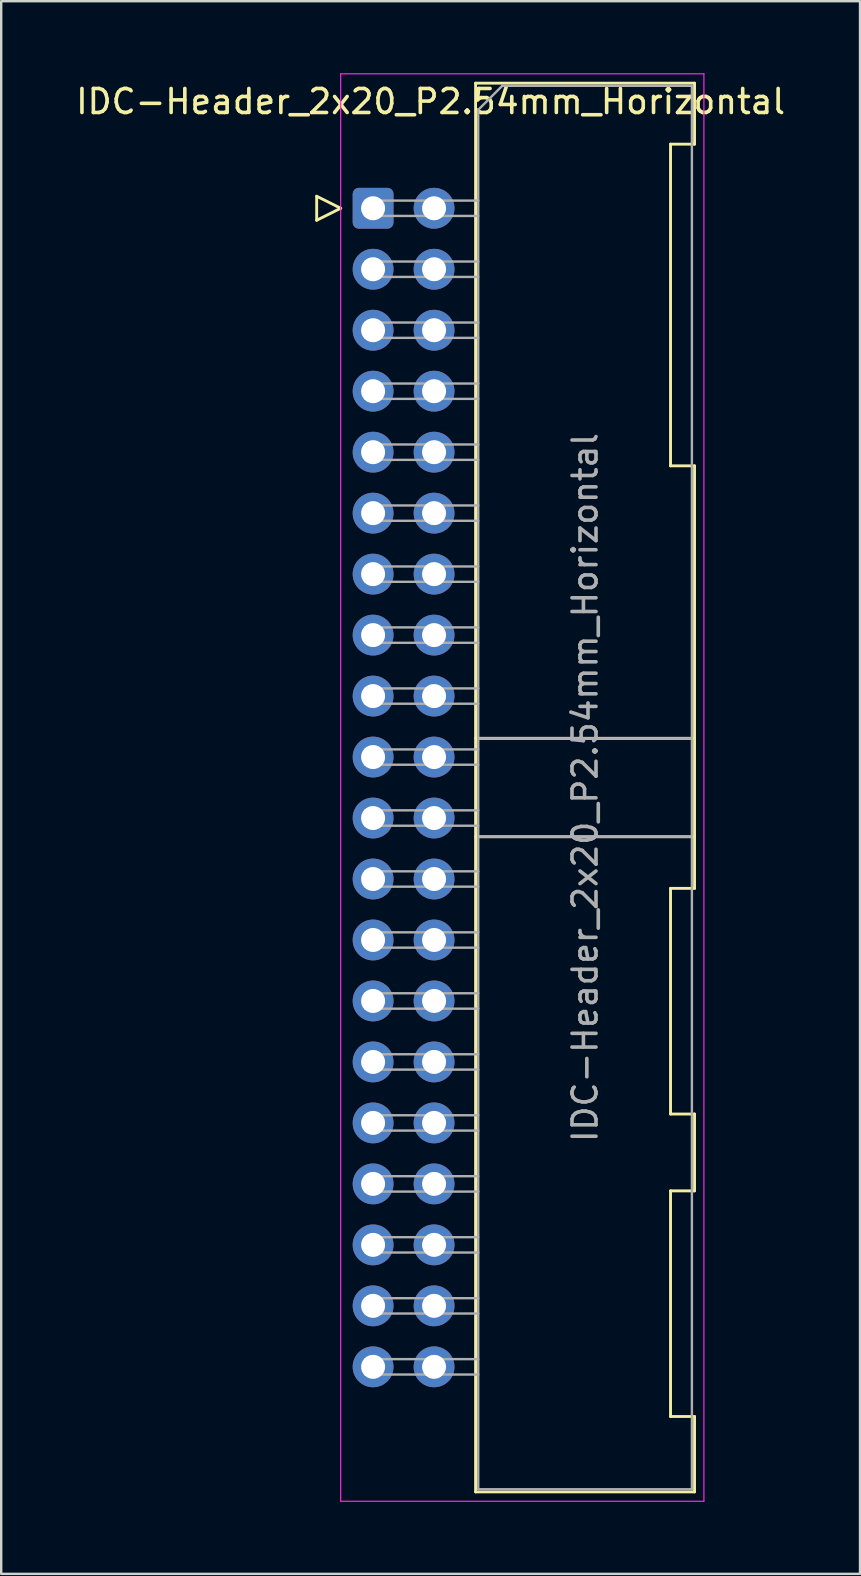
<source format=kicad_pcb>
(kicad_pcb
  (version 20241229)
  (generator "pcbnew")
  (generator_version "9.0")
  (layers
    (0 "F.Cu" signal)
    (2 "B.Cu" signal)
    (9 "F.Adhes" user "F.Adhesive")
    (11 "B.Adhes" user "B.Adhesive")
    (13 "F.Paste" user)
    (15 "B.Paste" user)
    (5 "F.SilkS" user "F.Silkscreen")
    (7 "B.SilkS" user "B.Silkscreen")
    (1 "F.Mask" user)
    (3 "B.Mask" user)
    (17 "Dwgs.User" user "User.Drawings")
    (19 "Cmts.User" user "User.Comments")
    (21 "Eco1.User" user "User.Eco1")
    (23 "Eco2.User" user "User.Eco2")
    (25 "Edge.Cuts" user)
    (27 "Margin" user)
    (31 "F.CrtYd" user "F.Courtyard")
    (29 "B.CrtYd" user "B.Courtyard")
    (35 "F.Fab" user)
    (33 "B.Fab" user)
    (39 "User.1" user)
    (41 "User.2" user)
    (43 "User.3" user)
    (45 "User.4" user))
  (footprint "IDC-Header_2x20_P2.54mm_Horizontal"
    (layer "F.Cu")
    (at 12.491 5.625)
    (property "Reference" "IDC-Header_2x20_P2.54mm_Horizontal" (at 2.396 -4.445 0) (layer "F.SilkS") (effects (font (size 1 1) (thickness 0.15))))
    (attr through_hole)
    (fp_line (start -2.35 -0.5) (end -2.35 0.5) (stroke (width 0.12) (type solid)) (layer "F.SilkS"))
    (fp_line (start -2.35 0.5) (end -1.35 0) (stroke (width 0.12) (type solid)) (layer "F.SilkS"))
    (fp_line (start -1.35 0) (end -2.35 -0.5) (stroke (width 0.12) (type solid)) (layer "F.SilkS"))
    (fp_line (start 4.27 -5.21) (end 13.39 -5.21) (stroke (width 0.12) (type solid)) (layer "F.SilkS"))
    (fp_line (start 4.27 22.08) (end 13.39 22.08) (stroke (width 0.12) (type solid)) (layer "F.SilkS"))
    (fp_line (start 4.27 26.18) (end 13.39 26.18) (stroke (width 0.12) (type solid)) (layer "F.SilkS"))
    (fp_line (start 4.27 53.47) (end 4.27 -5.21) (stroke (width 0.12) (type solid)) (layer "F.SilkS"))
    (fp_line (start 12.39 -2.67) (end 12.39 10.73) (stroke (width 0.12) (type solid)) (layer "F.SilkS"))
    (fp_line (start 12.39 10.73) (end 13.39 10.73) (stroke (width 0.12) (type solid)) (layer "F.SilkS"))
    (fp_line (start 12.39 37.73) (end 12.39 28.33) (stroke (width 0.12) (type solid)) (layer "F.SilkS"))
    (fp_line (start 12.39 50.33) (end 12.39 40.93) (stroke (width 0.12) (type solid)) (layer "F.SilkS"))
    (fp_line (start 13.39 -5.21) (end 13.39 -2.67) (stroke (width 0.12) (type solid)) (layer "F.SilkS"))
    (fp_line (start 13.39 -2.67) (end 12.39 -2.67) (stroke (width 0.12) (type solid)) (layer "F.SilkS"))
    (fp_line (start 13.39 28.33) (end 12.39 28.33) (stroke (width 0.12) (type solid)) (layer "F.SilkS"))
    (fp_line (start 13.39 28.33) (end 13.39 10.73) (stroke (width 0.12) (type solid)) (layer "F.SilkS"))
    (fp_line (start 13.39 37.73) (end 12.39 37.73) (stroke (width 0.12) (type solid)) (layer "F.SilkS"))
    (fp_line (start 13.39 37.73) (end 13.39 40.93) (stroke (width 0.12) (type solid)) (layer "F.SilkS"))
    (fp_line (start 13.39 40.93) (end 12.39 40.93) (stroke (width 0.12) (type solid)) (layer "F.SilkS"))
    (fp_line (start 13.39 50.33) (end 12.39 50.33) (stroke (width 0.12) (type solid)) (layer "F.SilkS"))
    (fp_line (start 13.39 50.33) (end 13.39 53.47) (stroke (width 0.12) (type solid)) (layer "F.SilkS"))
    (fp_line (start 13.39 53.47) (end 4.27 53.47) (stroke (width 0.12) (type solid)) (layer "F.SilkS"))
    (fp_line (start -1.35 -5.6) (end -1.35 53.86) (stroke (width 0.05) (type solid)) (layer "F.CrtYd"))
    (fp_line (start -1.35 53.86) (end 13.78 53.86) (stroke (width 0.05) (type solid)) (layer "F.CrtYd"))
    (fp_line (start 13.78 -5.6) (end -1.35 -5.6) (stroke (width 0.05) (type solid)) (layer "F.CrtYd"))
    (fp_line (start 13.78 53.86) (end 13.78 -5.6) (stroke (width 0.05) (type solid)) (layer "F.CrtYd"))
    (fp_line (start -0.32 -0.32) (end -0.32 0.32) (stroke (width 0.1) (type solid)) (layer "F.Fab"))
    (fp_line (start -0.32 0.32) (end 4.38 0.32) (stroke (width 0.1) (type solid)) (layer "F.Fab"))
    (fp_line (start -0.32 2.22) (end -0.32 2.86) (stroke (width 0.1) (type solid)) (layer "F.Fab"))
    (fp_line (start -0.32 2.86) (end 4.38 2.86) (stroke (width 0.1) (type solid)) (layer "F.Fab"))
    (fp_line (start -0.32 4.76) (end -0.32 5.4) (stroke (width 0.1) (type solid)) (layer "F.Fab"))
    (fp_line (start -0.32 5.4) (end 4.38 5.4) (stroke (width 0.1) (type solid)) (layer "F.Fab"))
    (fp_line (start -0.32 7.3) (end -0.32 7.94) (stroke (width 0.1) (type solid)) (layer "F.Fab"))
    (fp_line (start -0.32 7.94) (end 4.38 7.94) (stroke (width 0.1) (type solid)) (layer "F.Fab"))
    (fp_line (start -0.32 9.84) (end -0.32 10.48) (stroke (width 0.1) (type solid)) (layer "F.Fab"))
    (fp_line (start -0.32 10.48) (end 4.38 10.48) (stroke (width 0.1) (type solid)) (layer "F.Fab"))
    (fp_line (start -0.32 12.38) (end -0.32 13.02) (stroke (width 0.1) (type solid)) (layer "F.Fab"))
    (fp_line (start -0.32 13.02) (end 4.38 13.02) (stroke (width 0.1) (type solid)) (layer "F.Fab"))
    (fp_line (start -0.32 14.92) (end -0.32 15.56) (stroke (width 0.1) (type solid)) (layer "F.Fab"))
    (fp_line (start -0.32 15.56) (end 4.38 15.56) (stroke (width 0.1) (type solid)) (layer "F.Fab"))
    (fp_line (start -0.32 17.46) (end -0.32 18.1) (stroke (width 0.1) (type solid)) (layer "F.Fab"))
    (fp_line (start -0.32 18.1) (end 4.38 18.1) (stroke (width 0.1) (type solid)) (layer "F.Fab"))
    (fp_line (start -0.32 20) (end -0.32 20.64) (stroke (width 0.1) (type solid)) (layer "F.Fab"))
    (fp_line (start -0.32 20.64) (end 4.38 20.64) (stroke (width 0.1) (type solid)) (layer "F.Fab"))
    (fp_line (start -0.32 22.54) (end -0.32 23.18) (stroke (width 0.1) (type solid)) (layer "F.Fab"))
    (fp_line (start -0.32 23.18) (end 4.38 23.18) (stroke (width 0.1) (type solid)) (layer "F.Fab"))
    (fp_line (start -0.32 25.08) (end -0.32 25.72) (stroke (width 0.1) (type solid)) (layer "F.Fab"))
    (fp_line (start -0.32 25.72) (end 4.38 25.72) (stroke (width 0.1) (type solid)) (layer "F.Fab"))
    (fp_line (start -0.32 27.62) (end -0.32 28.26) (stroke (width 0.1) (type solid)) (layer "F.Fab"))
    (fp_line (start -0.32 28.26) (end 4.38 28.26) (stroke (width 0.1) (type solid)) (layer "F.Fab"))
    (fp_line (start -0.32 30.16) (end -0.32 30.8) (stroke (width 0.1) (type solid)) (layer "F.Fab"))
    (fp_line (start -0.32 30.8) (end 4.38 30.8) (stroke (width 0.1) (type solid)) (layer "F.Fab"))
    (fp_line (start -0.32 32.7) (end -0.32 33.34) (stroke (width 0.1) (type solid)) (layer "F.Fab"))
    (fp_line (start -0.32 33.34) (end 4.38 33.34) (stroke (width 0.1) (type solid)) (layer "F.Fab"))
    (fp_line (start -0.32 35.24) (end -0.32 35.88) (stroke (width 0.1) (type solid)) (layer "F.Fab"))
    (fp_line (start -0.32 35.88) (end 4.38 35.88) (stroke (width 0.1) (type solid)) (layer "F.Fab"))
    (fp_line (start -0.32 37.78) (end -0.32 38.42) (stroke (width 0.1) (type solid)) (layer "F.Fab"))
    (fp_line (start -0.32 38.42) (end 4.38 38.42) (stroke (width 0.1) (type solid)) (layer "F.Fab"))
    (fp_line (start -0.32 40.32) (end -0.32 40.96) (stroke (width 0.1) (type solid)) (layer "F.Fab"))
    (fp_line (start -0.32 40.96) (end 4.38 40.96) (stroke (width 0.1) (type solid)) (layer "F.Fab"))
    (fp_line (start -0.32 42.86) (end -0.32 43.5) (stroke (width 0.1) (type solid)) (layer "F.Fab"))
    (fp_line (start -0.32 43.5) (end 4.38 43.5) (stroke (width 0.1) (type solid)) (layer "F.Fab"))
    (fp_line (start -0.32 45.4) (end -0.32 46.04) (stroke (width 0.1) (type solid)) (layer "F.Fab"))
    (fp_line (start -0.32 46.04) (end 4.38 46.04) (stroke (width 0.1) (type solid)) (layer "F.Fab"))
    (fp_line (start -0.32 47.94) (end -0.32 48.58) (stroke (width 0.1) (type solid)) (layer "F.Fab"))
    (fp_line (start -0.32 48.58) (end 4.38 48.58) (stroke (width 0.1) (type solid)) (layer "F.Fab"))
    (fp_line (start 4.38 -4.1) (end 5.38 -5.1) (stroke (width 0.1) (type solid)) (layer "F.Fab"))
    (fp_line (start 4.38 -0.32) (end -0.32 -0.32) (stroke (width 0.1) (type solid)) (layer "F.Fab"))
    (fp_line (start 4.38 2.22) (end -0.32 2.22) (stroke (width 0.1) (type solid)) (layer "F.Fab"))
    (fp_line (start 4.38 4.76) (end -0.32 4.76) (stroke (width 0.1) (type solid)) (layer "F.Fab"))
    (fp_line (start 4.38 7.3) (end -0.32 7.3) (stroke (width 0.1) (type solid)) (layer "F.Fab"))
    (fp_line (start 4.38 9.84) (end -0.32 9.84) (stroke (width 0.1) (type solid)) (layer "F.Fab"))
    (fp_line (start 4.38 12.38) (end -0.32 12.38) (stroke (width 0.1) (type solid)) (layer "F.Fab"))
    (fp_line (start 4.38 14.92) (end -0.32 14.92) (stroke (width 0.1) (type solid)) (layer "F.Fab"))
    (fp_line (start 4.38 17.46) (end -0.32 17.46) (stroke (width 0.1) (type solid)) (layer "F.Fab"))
    (fp_line (start 4.38 20) (end -0.32 20) (stroke (width 0.1) (type solid)) (layer "F.Fab"))
    (fp_line (start 4.38 22.08) (end 13.28 22.08) (stroke (width 0.1) (type solid)) (layer "F.Fab"))
    (fp_line (start 4.38 22.54) (end -0.32 22.54) (stroke (width 0.1) (type solid)) (layer "F.Fab"))
    (fp_line (start 4.38 25.08) (end -0.32 25.08) (stroke (width 0.1) (type solid)) (layer "F.Fab"))
    (fp_line (start 4.38 26.18) (end 13.28 26.18) (stroke (width 0.1) (type solid)) (layer "F.Fab"))
    (fp_line (start 4.38 27.62) (end -0.32 27.62) (stroke (width 0.1) (type solid)) (layer "F.Fab"))
    (fp_line (start 4.38 30.16) (end -0.32 30.16) (stroke (width 0.1) (type solid)) (layer "F.Fab"))
    (fp_line (start 4.38 32.7) (end -0.32 32.7) (stroke (width 0.1) (type solid)) (layer "F.Fab"))
    (fp_line (start 4.38 35.24) (end -0.32 35.24) (stroke (width 0.1) (type solid)) (layer "F.Fab"))
    (fp_line (start 4.38 37.78) (end -0.32 37.78) (stroke (width 0.1) (type solid)) (layer "F.Fab"))
    (fp_line (start 4.38 40.32) (end -0.32 40.32) (stroke (width 0.1) (type solid)) (layer "F.Fab"))
    (fp_line (start 4.38 42.86) (end -0.32 42.86) (stroke (width 0.1) (type solid)) (layer "F.Fab"))
    (fp_line (start 4.38 45.4) (end -0.32 45.4) (stroke (width 0.1) (type solid)) (layer "F.Fab"))
    (fp_line (start 4.38 47.94) (end -0.32 47.94) (stroke (width 0.1) (type solid)) (layer "F.Fab"))
    (fp_line (start 4.38 53.36) (end 4.38 -4.1) (stroke (width 0.1) (type solid)) (layer "F.Fab"))
    (fp_line (start 5.38 -5.1) (end 13.28 -5.1) (stroke (width 0.1) (type solid)) (layer "F.Fab"))
    (fp_line (start 13.28 -5.1) (end 13.28 53.36) (stroke (width 0.1) (type solid)) (layer "F.Fab"))
    (fp_line (start 13.28 53.36) (end 4.38 53.36) (stroke (width 0.1) (type solid)) (layer "F.Fab"))
    (fp_text user "${REFERENCE}" (at 8.83 24.13 90) (layer "F.Fab") (effects (font (size 1 1) (thickness 0.15))))
    (pad "1" thru_hole roundrect (at 0 0) (size 1.7 1.7) (drill 1) (layers "*.Cu" "*.Mask") (roundrect_rratio 0.147))
    (pad "2" thru_hole circle (at 2.54 0) (size 1.7 1.7) (drill 1) (layers "*.Cu" "*.Mask"))
    (pad "3" thru_hole circle (at 0 2.54) (size 1.7 1.7) (drill 1) (layers "*.Cu" "*.Mask"))
    (pad "4" thru_hole circle (at 2.54 2.54) (size 1.7 1.7) (drill 1) (layers "*.Cu" "*.Mask"))
    (pad "5" thru_hole circle (at 0 5.08) (size 1.7 1.7) (drill 1) (layers "*.Cu" "*.Mask"))
    (pad "6" thru_hole circle (at 2.54 5.08) (size 1.7 1.7) (drill 1) (layers "*.Cu" "*.Mask"))
    (pad "7" thru_hole circle (at 0 7.62) (size 1.7 1.7) (drill 1) (layers "*.Cu" "*.Mask"))
    (pad "8" thru_hole circle (at 2.54 7.62) (size 1.7 1.7) (drill 1) (layers "*.Cu" "*.Mask"))
    (pad "9" thru_hole circle (at 0 10.16) (size 1.7 1.7) (drill 1) (layers "*.Cu" "*.Mask"))
    (pad "10" thru_hole circle (at 2.54 10.16) (size 1.7 1.7) (drill 1) (layers "*.Cu" "*.Mask"))
    (pad "11" thru_hole circle (at 0 12.7) (size 1.7 1.7) (drill 1) (layers "*.Cu" "*.Mask"))
    (pad "12" thru_hole circle (at 2.54 12.7) (size 1.7 1.7) (drill 1) (layers "*.Cu" "*.Mask"))
    (pad "13" thru_hole circle (at 0 15.24) (size 1.7 1.7) (drill 1) (layers "*.Cu" "*.Mask"))
    (pad "14" thru_hole circle (at 2.54 15.24) (size 1.7 1.7) (drill 1) (layers "*.Cu" "*.Mask"))
    (pad "15" thru_hole circle (at 0 17.78) (size 1.7 1.7) (drill 1) (layers "*.Cu" "*.Mask"))
    (pad "16" thru_hole circle (at 2.54 17.78) (size 1.7 1.7) (drill 1) (layers "*.Cu" "*.Mask"))
    (pad "17" thru_hole circle (at 0 20.32) (size 1.7 1.7) (drill 1) (layers "*.Cu" "*.Mask"))
    (pad "18" thru_hole circle (at 2.54 20.32) (size 1.7 1.7) (drill 1) (layers "*.Cu" "*.Mask"))
    (pad "19" thru_hole circle (at 0 22.86) (size 1.7 1.7) (drill 1) (layers "*.Cu" "*.Mask"))
    (pad "20" thru_hole circle (at 2.54 22.86) (size 1.7 1.7) (drill 1) (layers "*.Cu" "*.Mask"))
    (pad "21" thru_hole circle (at 0 25.4) (size 1.7 1.7) (drill 1) (layers "*.Cu" "*.Mask"))
    (pad "22" thru_hole circle (at 2.54 25.4) (size 1.7 1.7) (drill 1) (layers "*.Cu" "*.Mask"))
    (pad "23" thru_hole circle (at 0 27.94) (size 1.7 1.7) (drill 1) (layers "*.Cu" "*.Mask"))
    (pad "24" thru_hole circle (at 2.54 27.94) (size 1.7 1.7) (drill 1) (layers "*.Cu" "*.Mask"))
    (pad "25" thru_hole circle (at 0 30.48) (size 1.7 1.7) (drill 1) (layers "*.Cu" "*.Mask"))
    (pad "26" thru_hole circle (at 2.54 30.48) (size 1.7 1.7) (drill 1) (layers "*.Cu" "*.Mask"))
    (pad "27" thru_hole circle (at 0 33.02) (size 1.7 1.7) (drill 1) (layers "*.Cu" "*.Mask"))
    (pad "28" thru_hole circle (at 2.54 33.02) (size 1.7 1.7) (drill 1) (layers "*.Cu" "*.Mask"))
    (pad "29" thru_hole circle (at 0 35.56) (size 1.7 1.7) (drill 1) (layers "*.Cu" "*.Mask"))
    (pad "30" thru_hole circle (at 2.54 35.56) (size 1.7 1.7) (drill 1) (layers "*.Cu" "*.Mask"))
    (pad "31" thru_hole circle (at 0 38.1) (size 1.7 1.7) (drill 1) (layers "*.Cu" "*.Mask"))
    (pad "32" thru_hole circle (at 2.54 38.1) (size 1.7 1.7) (drill 1) (layers "*.Cu" "*.Mask"))
    (pad "33" thru_hole circle (at 0 40.64) (size 1.7 1.7) (drill 1) (layers "*.Cu" "*.Mask"))
    (pad "34" thru_hole circle (at 2.54 40.64) (size 1.7 1.7) (drill 1) (layers "*.Cu" "*.Mask"))
    (pad "35" thru_hole circle (at 0 43.18) (size 1.7 1.7) (drill 1) (layers "*.Cu" "*.Mask"))
    (pad "36" thru_hole circle (at 2.54 43.18) (size 1.7 1.7) (drill 1) (layers "*.Cu" "*.Mask"))
    (pad "37" thru_hole circle (at 0 45.72) (size 1.7 1.7) (drill 1) (layers "*.Cu" "*.Mask"))
    (pad "38" thru_hole circle (at 2.54 45.72) (size 1.7 1.7) (drill 1) (layers "*.Cu" "*.Mask"))
    (pad "39" thru_hole circle (at 0 48.26) (size 1.7 1.7) (drill 1) (layers "*.Cu" "*.Mask"))
    (pad "40" thru_hole circle (at 2.54 48.26) (size 1.7 1.7) (drill 1) (layers "*.Cu" "*.Mask")))
  (gr_rect
    (start -3 -3)
    (end 32.774 62.51)
    (stroke (width 0.1) (type default))
    (fill no)
    (layer "Edge.Cuts")))
</source>
